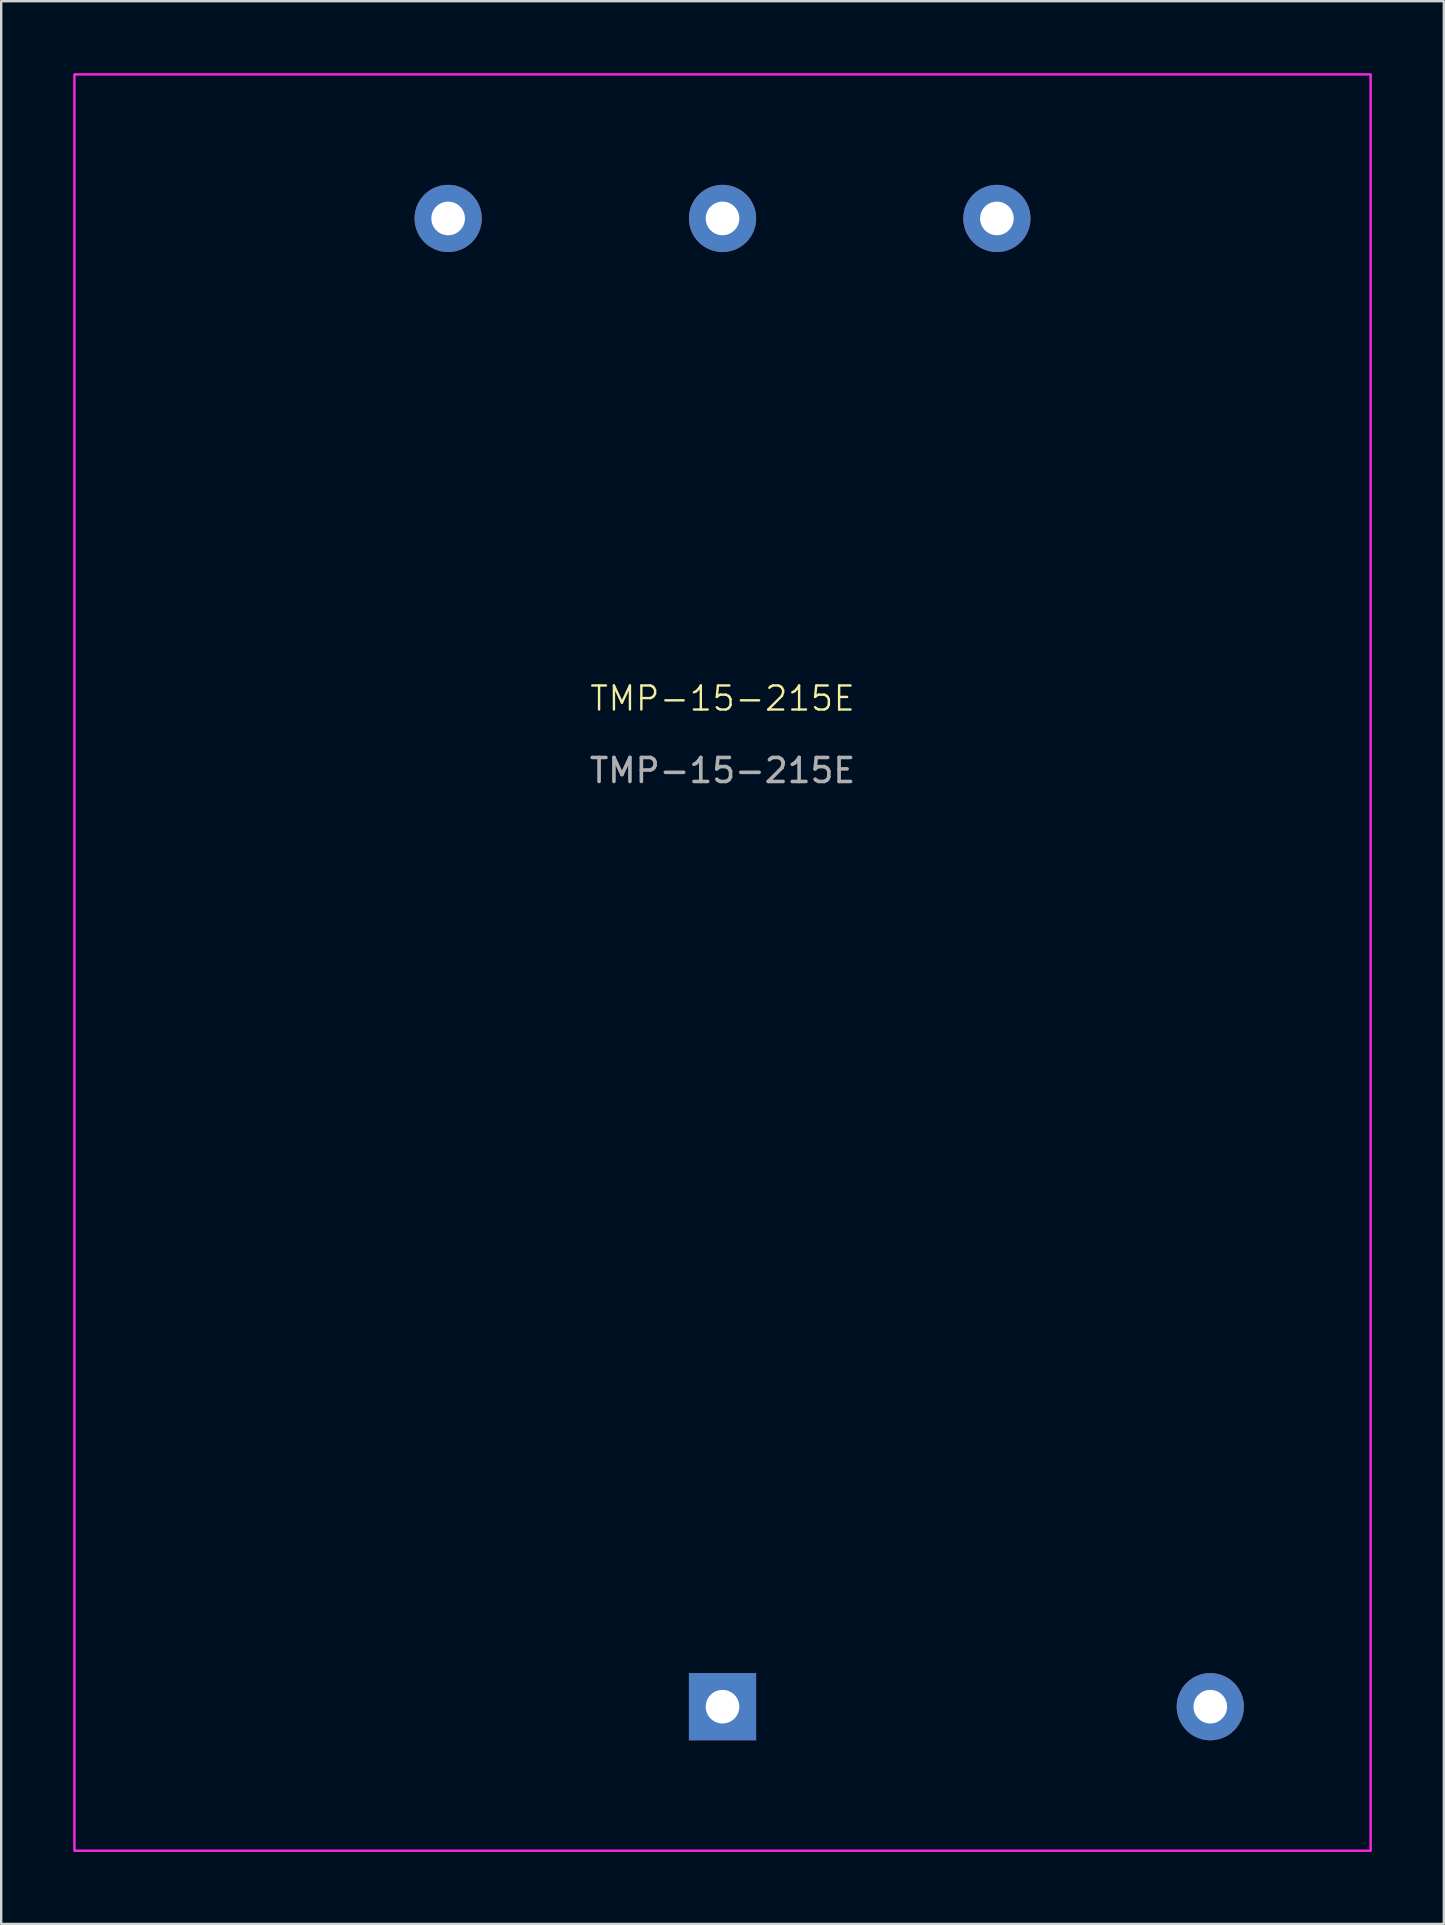
<source format=kicad_pcb>
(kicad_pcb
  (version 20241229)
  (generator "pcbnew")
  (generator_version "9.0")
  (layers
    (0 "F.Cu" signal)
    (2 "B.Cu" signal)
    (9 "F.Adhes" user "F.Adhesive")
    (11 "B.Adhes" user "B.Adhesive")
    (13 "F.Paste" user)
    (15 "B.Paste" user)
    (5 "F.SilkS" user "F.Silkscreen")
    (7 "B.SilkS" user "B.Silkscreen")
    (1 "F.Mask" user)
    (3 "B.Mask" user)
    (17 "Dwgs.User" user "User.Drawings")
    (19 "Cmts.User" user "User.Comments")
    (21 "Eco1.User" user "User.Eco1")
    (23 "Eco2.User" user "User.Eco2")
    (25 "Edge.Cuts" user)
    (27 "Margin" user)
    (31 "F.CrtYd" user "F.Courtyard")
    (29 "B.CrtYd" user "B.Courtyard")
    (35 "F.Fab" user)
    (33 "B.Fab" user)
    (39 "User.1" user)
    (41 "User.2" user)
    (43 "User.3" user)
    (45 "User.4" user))
  (footprint "TMP-15-215E"
    (layer "F.Cu")
    (at 27.05 68.05)
    (property "Reference" "TMP-15-215E" (at 0 -42 0) (unlocked yes) (layer "F.SilkS") (effects (font (size 1 1) (thickness 0.1))))
    (attr through_hole)
    (fp_rect (start -27 -68) (end 27 6) (stroke (width 0.1) (type solid)) (fill no) (layer "F.CrtYd"))
    (fp_text user "${REFERENCE}" (at 0 -39 0) (unlocked yes) (layer "F.Fab") (effects (font (size 1 1) (thickness 0.15))))
    (pad "1" thru_hole rect (at 0 0) (size 2.8 2.8) (drill 1.4) (layers "*.Cu" "*.Mask"))
    (pad "2" thru_hole circle (at 20.32 0) (size 2.8 2.8) (drill 1.4) (layers "*.Cu" "*.Mask"))
    (pad "4" thru_hole circle (at -11.43 -62) (size 2.8 2.8) (drill 1.4) (layers "*.Cu" "*.Mask"))
    (pad "5" thru_hole circle (at 0 -62) (size 2.8 2.8) (drill 1.4) (layers "*.Cu" "*.Mask"))
    (pad "6" thru_hole circle (at 11.43 -62) (size 2.8 2.8) (drill 1.4) (layers "*.Cu" "*.Mask")))
  (gr_rect
    (start -3 -3)
    (end 57.1 77.1)
    (stroke (width 0.1) (type default))
    (fill no)
    (layer "Edge.Cuts")))
</source>
